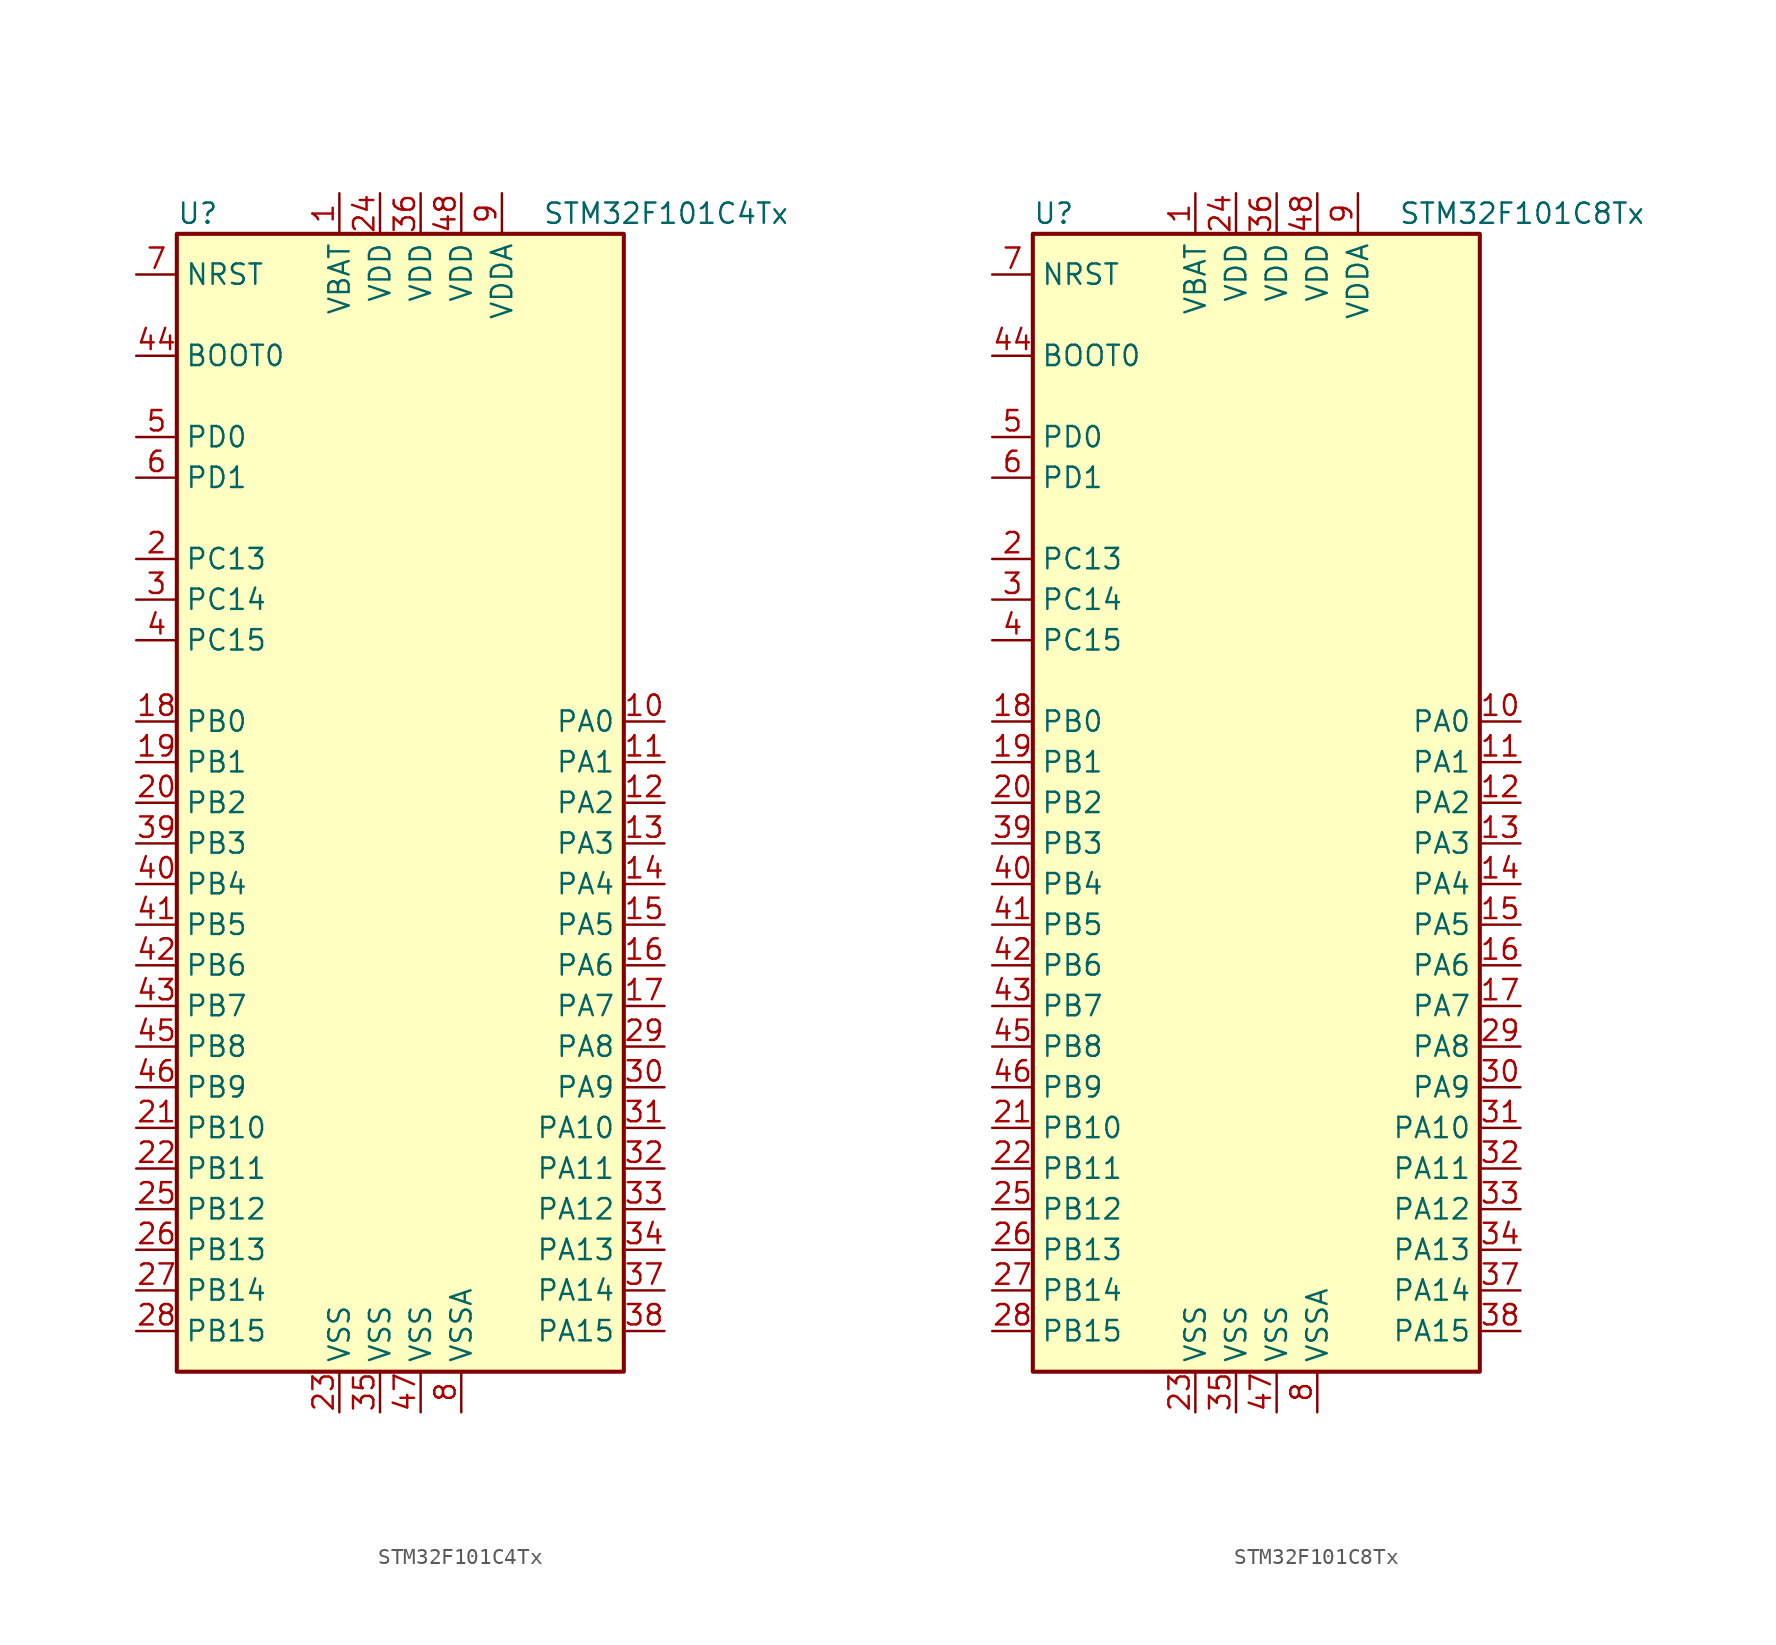
<source format=kicad_sym>
(kicad_symbol_lib
  (version 20211014)
  (generator kicad_symbol_editor)
  (symbol "STM32F101C4Tx"
    (property "Reference" "U"
      (at -15.24 36.83 0)
      (effects (font (size 1.27 1.27)) (justify left)))
    (property "Value" "STM32F101C4Tx"
      (at 7.62 36.83 0)
      (effects (font (size 1.27 1.27)) (justify left)))
    (symbol "STM32F101C4Tx_0_1"
      (rectangle (start -15.24 -35.56) (end 12.7 35.56) (stroke (width 0.254) (type default) (color 0 0 0 0)) (fill (type background))))
    (symbol "STM32F101C4Tx_1_1"
      (pin power_in line (at -5.08 38.1 270) (length 2.54) (name "VBAT" (effects (font (size 1.27 1.27)))) (number "1" (effects (font (size 1.27 1.27)))))
      (pin bidirectional line (at 15.24 5.08 180) (length 2.54) (name "PA0" (effects (font (size 1.27 1.27)))) (number "10" (effects (font (size 1.27 1.27)))))
      (pin bidirectional line (at 15.24 2.54 180) (length 2.54) (name "PA1" (effects (font (size 1.27 1.27)))) (number "11" (effects (font (size 1.27 1.27)))))
      (pin bidirectional line (at 15.24 0 180) (length 2.54) (name "PA2" (effects (font (size 1.27 1.27)))) (number "12" (effects (font (size 1.27 1.27)))))
      (pin bidirectional line (at 15.24 -2.54 180) (length 2.54) (name "PA3" (effects (font (size 1.27 1.27)))) (number "13" (effects (font (size 1.27 1.27)))))
      (pin bidirectional line (at 15.24 -5.08 180) (length 2.54) (name "PA4" (effects (font (size 1.27 1.27)))) (number "14" (effects (font (size 1.27 1.27)))))
      (pin bidirectional line (at 15.24 -7.62 180) (length 2.54) (name "PA5" (effects (font (size 1.27 1.27)))) (number "15" (effects (font (size 1.27 1.27)))))
      (pin bidirectional line (at 15.24 -10.16 180) (length 2.54) (name "PA6" (effects (font (size 1.27 1.27)))) (number "16" (effects (font (size 1.27 1.27)))))
      (pin bidirectional line (at 15.24 -12.7 180) (length 2.54) (name "PA7" (effects (font (size 1.27 1.27)))) (number "17" (effects (font (size 1.27 1.27)))))
      (pin bidirectional line (at -17.78 5.08 0) (length 2.54) (name "PB0" (effects (font (size 1.27 1.27)))) (number "18" (effects (font (size 1.27 1.27)))))
      (pin bidirectional line (at -17.78 2.54 0) (length 2.54) (name "PB1" (effects (font (size 1.27 1.27)))) (number "19" (effects (font (size 1.27 1.27)))))
      (pin bidirectional line (at -17.78 15.24 0) (length 2.54) (name "PC13" (effects (font (size 1.27 1.27)))) (number "2" (effects (font (size 1.27 1.27)))))
      (pin bidirectional line (at -17.78 0 0) (length 2.54) (name "PB2" (effects (font (size 1.27 1.27)))) (number "20" (effects (font (size 1.27 1.27)))))
      (pin bidirectional line (at -17.78 -20.32 0) (length 2.54) (name "PB10" (effects (font (size 1.27 1.27)))) (number "21" (effects (font (size 1.27 1.27)))))
      (pin bidirectional line (at -17.78 -22.86 0) (length 2.54) (name "PB11" (effects (font (size 1.27 1.27)))) (number "22" (effects (font (size 1.27 1.27)))))
      (pin power_in line (at -5.08 -38.1 90) (length 2.54) (name "VSS" (effects (font (size 1.27 1.27)))) (number "23" (effects (font (size 1.27 1.27)))))
      (pin power_in line (at -2.54 38.1 270) (length 2.54) (name "VDD" (effects (font (size 1.27 1.27)))) (number "24" (effects (font (size 1.27 1.27)))))
      (pin bidirectional line (at -17.78 -25.4 0) (length 2.54) (name "PB12" (effects (font (size 1.27 1.27)))) (number "25" (effects (font (size 1.27 1.27)))))
      (pin bidirectional line (at -17.78 -27.94 0) (length 2.54) (name "PB13" (effects (font (size 1.27 1.27)))) (number "26" (effects (font (size 1.27 1.27)))))
      (pin bidirectional line (at -17.78 -30.48 0) (length 2.54) (name "PB14" (effects (font (size 1.27 1.27)))) (number "27" (effects (font (size 1.27 1.27)))))
      (pin bidirectional line (at -17.78 -33.02 0) (length 2.54) (name "PB15" (effects (font (size 1.27 1.27)))) (number "28" (effects (font (size 1.27 1.27)))))
      (pin bidirectional line (at 15.24 -15.24 180) (length 2.54) (name "PA8" (effects (font (size 1.27 1.27)))) (number "29" (effects (font (size 1.27 1.27)))))
      (pin bidirectional line (at -17.78 12.7 0) (length 2.54) (name "PC14" (effects (font (size 1.27 1.27)))) (number "3" (effects (font (size 1.27 1.27)))))
      (pin bidirectional line (at 15.24 -17.78 180) (length 2.54) (name "PA9" (effects (font (size 1.27 1.27)))) (number "30" (effects (font (size 1.27 1.27)))))
      (pin bidirectional line (at 15.24 -20.32 180) (length 2.54) (name "PA10" (effects (font (size 1.27 1.27)))) (number "31" (effects (font (size 1.27 1.27)))))
      (pin bidirectional line (at 15.24 -22.86 180) (length 2.54) (name "PA11" (effects (font (size 1.27 1.27)))) (number "32" (effects (font (size 1.27 1.27)))))
      (pin bidirectional line (at 15.24 -25.4 180) (length 2.54) (name "PA12" (effects (font (size 1.27 1.27)))) (number "33" (effects (font (size 1.27 1.27)))))
      (pin bidirectional line (at 15.24 -27.94 180) (length 2.54) (name "PA13" (effects (font (size 1.27 1.27)))) (number "34" (effects (font (size 1.27 1.27)))))
      (pin power_in line (at -2.54 -38.1 90) (length 2.54) (name "VSS" (effects (font (size 1.27 1.27)))) (number "35" (effects (font (size 1.27 1.27)))))
      (pin power_in line (at 0 38.1 270) (length 2.54) (name "VDD" (effects (font (size 1.27 1.27)))) (number "36" (effects (font (size 1.27 1.27)))))
      (pin bidirectional line (at 15.24 -30.48 180) (length 2.54) (name "PA14" (effects (font (size 1.27 1.27)))) (number "37" (effects (font (size 1.27 1.27)))))
      (pin bidirectional line (at 15.24 -33.02 180) (length 2.54) (name "PA15" (effects (font (size 1.27 1.27)))) (number "38" (effects (font (size 1.27 1.27)))))
      (pin bidirectional line (at -17.78 -2.54 0) (length 2.54) (name "PB3" (effects (font (size 1.27 1.27)))) (number "39" (effects (font (size 1.27 1.27)))))
      (pin bidirectional line (at -17.78 10.16 0) (length 2.54) (name "PC15" (effects (font (size 1.27 1.27)))) (number "4" (effects (font (size 1.27 1.27)))))
      (pin bidirectional line (at -17.78 -5.08 0) (length 2.54) (name "PB4" (effects (font (size 1.27 1.27)))) (number "40" (effects (font (size 1.27 1.27)))))
      (pin bidirectional line (at -17.78 -7.62 0) (length 2.54) (name "PB5" (effects (font (size 1.27 1.27)))) (number "41" (effects (font (size 1.27 1.27)))))
      (pin bidirectional line (at -17.78 -10.16 0) (length 2.54) (name "PB6" (effects (font (size 1.27 1.27)))) (number "42" (effects (font (size 1.27 1.27)))))
      (pin bidirectional line (at -17.78 -12.7 0) (length 2.54) (name "PB7" (effects (font (size 1.27 1.27)))) (number "43" (effects (font (size 1.27 1.27)))))
      (pin input line (at -17.78 27.94 0) (length 2.54) (name "BOOT0" (effects (font (size 1.27 1.27)))) (number "44" (effects (font (size 1.27 1.27)))))
      (pin bidirectional line (at -17.78 -15.24 0) (length 2.54) (name "PB8" (effects (font (size 1.27 1.27)))) (number "45" (effects (font (size 1.27 1.27)))))
      (pin bidirectional line (at -17.78 -17.78 0) (length 2.54) (name "PB9" (effects (font (size 1.27 1.27)))) (number "46" (effects (font (size 1.27 1.27)))))
      (pin power_in line (at 0 -38.1 90) (length 2.54) (name "VSS" (effects (font (size 1.27 1.27)))) (number "47" (effects (font (size 1.27 1.27)))))
      (pin power_in line (at 2.54 38.1 270) (length 2.54) (name "VDD" (effects (font (size 1.27 1.27)))) (number "48" (effects (font (size 1.27 1.27)))))
      (pin input line (at -17.78 22.86 0) (length 2.54) (name "PD0" (effects (font (size 1.27 1.27)))) (number "5" (effects (font (size 1.27 1.27)))))
      (pin input line (at -17.78 20.32 0) (length 2.54) (name "PD1" (effects (font (size 1.27 1.27)))) (number "6" (effects (font (size 1.27 1.27)))))
      (pin input line (at -17.78 33.02 0) (length 2.54) (name "NRST" (effects (font (size 1.27 1.27)))) (number "7" (effects (font (size 1.27 1.27)))))
      (pin power_in line (at 2.54 -38.1 90) (length 2.54) (name "VSSA" (effects (font (size 1.27 1.27)))) (number "8" (effects (font (size 1.27 1.27)))))
      (pin power_in line (at 5.08 38.1 270) (length 2.54) (name "VDDA" (effects (font (size 1.27 1.27)))) (number "9" (effects (font (size 1.27 1.27)))))))
  (symbol "STM32F101C8Tx"
    (property "Reference" "U"
      (at -15.24 36.83 0)
      (effects (font (size 1.27 1.27)) (justify left)))
    (property "Value" "STM32F101C8Tx"
      (at 7.62 36.83 0)
      (effects (font (size 1.27 1.27)) (justify left)))
    (symbol "STM32F101C8Tx_0_1"
      (rectangle (start -15.24 -35.56) (end 12.7 35.56) (stroke (width 0.254) (type default) (color 0 0 0 0)) (fill (type background))))
    (symbol "STM32F101C8Tx_1_1"
      (pin power_in line (at -5.08 38.1 270) (length 2.54) (name "VBAT" (effects (font (size 1.27 1.27)))) (number "1" (effects (font (size 1.27 1.27)))))
      (pin bidirectional line (at 15.24 5.08 180) (length 2.54) (name "PA0" (effects (font (size 1.27 1.27)))) (number "10" (effects (font (size 1.27 1.27)))))
      (pin bidirectional line (at 15.24 2.54 180) (length 2.54) (name "PA1" (effects (font (size 1.27 1.27)))) (number "11" (effects (font (size 1.27 1.27)))))
      (pin bidirectional line (at 15.24 0 180) (length 2.54) (name "PA2" (effects (font (size 1.27 1.27)))) (number "12" (effects (font (size 1.27 1.27)))))
      (pin bidirectional line (at 15.24 -2.54 180) (length 2.54) (name "PA3" (effects (font (size 1.27 1.27)))) (number "13" (effects (font (size 1.27 1.27)))))
      (pin bidirectional line (at 15.24 -5.08 180) (length 2.54) (name "PA4" (effects (font (size 1.27 1.27)))) (number "14" (effects (font (size 1.27 1.27)))))
      (pin bidirectional line (at 15.24 -7.62 180) (length 2.54) (name "PA5" (effects (font (size 1.27 1.27)))) (number "15" (effects (font (size 1.27 1.27)))))
      (pin bidirectional line (at 15.24 -10.16 180) (length 2.54) (name "PA6" (effects (font (size 1.27 1.27)))) (number "16" (effects (font (size 1.27 1.27)))))
      (pin bidirectional line (at 15.24 -12.7 180) (length 2.54) (name "PA7" (effects (font (size 1.27 1.27)))) (number "17" (effects (font (size 1.27 1.27)))))
      (pin bidirectional line (at -17.78 5.08 0) (length 2.54) (name "PB0" (effects (font (size 1.27 1.27)))) (number "18" (effects (font (size 1.27 1.27)))))
      (pin bidirectional line (at -17.78 2.54 0) (length 2.54) (name "PB1" (effects (font (size 1.27 1.27)))) (number "19" (effects (font (size 1.27 1.27)))))
      (pin bidirectional line (at -17.78 15.24 0) (length 2.54) (name "PC13" (effects (font (size 1.27 1.27)))) (number "2" (effects (font (size 1.27 1.27)))))
      (pin bidirectional line (at -17.78 0 0) (length 2.54) (name "PB2" (effects (font (size 1.27 1.27)))) (number "20" (effects (font (size 1.27 1.27)))))
      (pin bidirectional line (at -17.78 -20.32 0) (length 2.54) (name "PB10" (effects (font (size 1.27 1.27)))) (number "21" (effects (font (size 1.27 1.27)))))
      (pin bidirectional line (at -17.78 -22.86 0) (length 2.54) (name "PB11" (effects (font (size 1.27 1.27)))) (number "22" (effects (font (size 1.27 1.27)))))
      (pin power_in line (at -5.08 -38.1 90) (length 2.54) (name "VSS" (effects (font (size 1.27 1.27)))) (number "23" (effects (font (size 1.27 1.27)))))
      (pin power_in line (at -2.54 38.1 270) (length 2.54) (name "VDD" (effects (font (size 1.27 1.27)))) (number "24" (effects (font (size 1.27 1.27)))))
      (pin bidirectional line (at -17.78 -25.4 0) (length 2.54) (name "PB12" (effects (font (size 1.27 1.27)))) (number "25" (effects (font (size 1.27 1.27)))))
      (pin bidirectional line (at -17.78 -27.94 0) (length 2.54) (name "PB13" (effects (font (size 1.27 1.27)))) (number "26" (effects (font (size 1.27 1.27)))))
      (pin bidirectional line (at -17.78 -30.48 0) (length 2.54) (name "PB14" (effects (font (size 1.27 1.27)))) (number "27" (effects (font (size 1.27 1.27)))))
      (pin bidirectional line (at -17.78 -33.02 0) (length 2.54) (name "PB15" (effects (font (size 1.27 1.27)))) (number "28" (effects (font (size 1.27 1.27)))))
      (pin bidirectional line (at 15.24 -15.24 180) (length 2.54) (name "PA8" (effects (font (size 1.27 1.27)))) (number "29" (effects (font (size 1.27 1.27)))))
      (pin bidirectional line (at -17.78 12.7 0) (length 2.54) (name "PC14" (effects (font (size 1.27 1.27)))) (number "3" (effects (font (size 1.27 1.27)))))
      (pin bidirectional line (at 15.24 -17.78 180) (length 2.54) (name "PA9" (effects (font (size 1.27 1.27)))) (number "30" (effects (font (size 1.27 1.27)))))
      (pin bidirectional line (at 15.24 -20.32 180) (length 2.54) (name "PA10" (effects (font (size 1.27 1.27)))) (number "31" (effects (font (size 1.27 1.27)))))
      (pin bidirectional line (at 15.24 -22.86 180) (length 2.54) (name "PA11" (effects (font (size 1.27 1.27)))) (number "32" (effects (font (size 1.27 1.27)))))
      (pin bidirectional line (at 15.24 -25.4 180) (length 2.54) (name "PA12" (effects (font (size 1.27 1.27)))) (number "33" (effects (font (size 1.27 1.27)))))
      (pin bidirectional line (at 15.24 -27.94 180) (length 2.54) (name "PA13" (effects (font (size 1.27 1.27)))) (number "34" (effects (font (size 1.27 1.27)))))
      (pin power_in line (at -2.54 -38.1 90) (length 2.54) (name "VSS" (effects (font (size 1.27 1.27)))) (number "35" (effects (font (size 1.27 1.27)))))
      (pin power_in line (at 0 38.1 270) (length 2.54) (name "VDD" (effects (font (size 1.27 1.27)))) (number "36" (effects (font (size 1.27 1.27)))))
      (pin bidirectional line (at 15.24 -30.48 180) (length 2.54) (name "PA14" (effects (font (size 1.27 1.27)))) (number "37" (effects (font (size 1.27 1.27)))))
      (pin bidirectional line (at 15.24 -33.02 180) (length 2.54) (name "PA15" (effects (font (size 1.27 1.27)))) (number "38" (effects (font (size 1.27 1.27)))))
      (pin bidirectional line (at -17.78 -2.54 0) (length 2.54) (name "PB3" (effects (font (size 1.27 1.27)))) (number "39" (effects (font (size 1.27 1.27)))))
      (pin bidirectional line (at -17.78 10.16 0) (length 2.54) (name "PC15" (effects (font (size 1.27 1.27)))) (number "4" (effects (font (size 1.27 1.27)))))
      (pin bidirectional line (at -17.78 -5.08 0) (length 2.54) (name "PB4" (effects (font (size 1.27 1.27)))) (number "40" (effects (font (size 1.27 1.27)))))
      (pin bidirectional line (at -17.78 -7.62 0) (length 2.54) (name "PB5" (effects (font (size 1.27 1.27)))) (number "41" (effects (font (size 1.27 1.27)))))
      (pin bidirectional line (at -17.78 -10.16 0) (length 2.54) (name "PB6" (effects (font (size 1.27 1.27)))) (number "42" (effects (font (size 1.27 1.27)))))
      (pin bidirectional line (at -17.78 -12.7 0) (length 2.54) (name "PB7" (effects (font (size 1.27 1.27)))) (number "43" (effects (font (size 1.27 1.27)))))
      (pin input line (at -17.78 27.94 0) (length 2.54) (name "BOOT0" (effects (font (size 1.27 1.27)))) (number "44" (effects (font (size 1.27 1.27)))))
      (pin bidirectional line (at -17.78 -15.24 0) (length 2.54) (name "PB8" (effects (font (size 1.27 1.27)))) (number "45" (effects (font (size 1.27 1.27)))))
      (pin bidirectional line (at -17.78 -17.78 0) (length 2.54) (name "PB9" (effects (font (size 1.27 1.27)))) (number "46" (effects (font (size 1.27 1.27)))))
      (pin power_in line (at 0 -38.1 90) (length 2.54) (name "VSS" (effects (font (size 1.27 1.27)))) (number "47" (effects (font (size 1.27 1.27)))))
      (pin power_in line (at 2.54 38.1 270) (length 2.54) (name "VDD" (effects (font (size 1.27 1.27)))) (number "48" (effects (font (size 1.27 1.27)))))
      (pin input line (at -17.78 22.86 0) (length 2.54) (name "PD0" (effects (font (size 1.27 1.27)))) (number "5" (effects (font (size 1.27 1.27)))))
      (pin input line (at -17.78 20.32 0) (length 2.54) (name "PD1" (effects (font (size 1.27 1.27)))) (number "6" (effects (font (size 1.27 1.27)))))
      (pin input line (at -17.78 33.02 0) (length 2.54) (name "NRST" (effects (font (size 1.27 1.27)))) (number "7" (effects (font (size 1.27 1.27)))))
      (pin power_in line (at 2.54 -38.1 90) (length 2.54) (name "VSSA" (effects (font (size 1.27 1.27)))) (number "8" (effects (font (size 1.27 1.27)))))
      (pin power_in line (at 5.08 38.1 270) (length 2.54) (name "VDDA" (effects (font (size 1.27 1.27)))) (number "9" (effects (font (size 1.27 1.27))))))))
</source>
